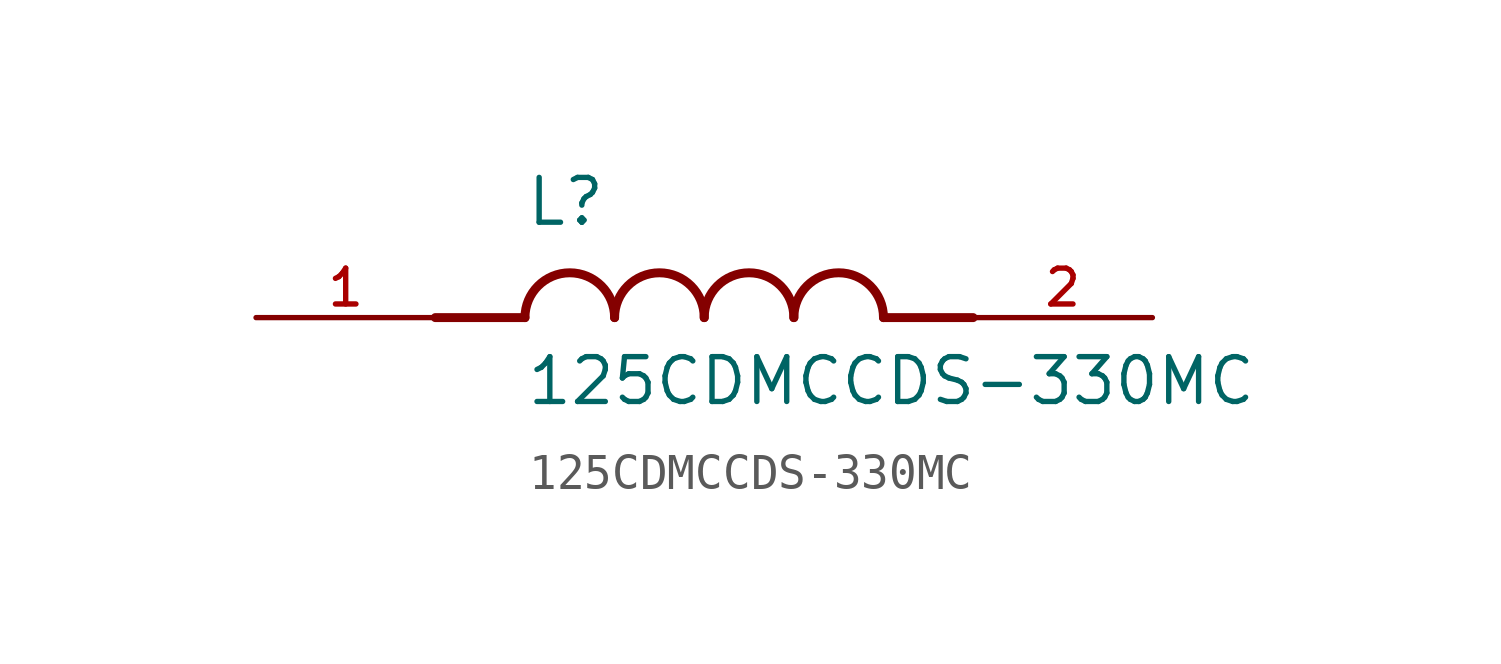
<source format=kicad_sym>
(kicad_symbol_lib
  (version 20211014)
  (generator kicad_symbol_editor)
  (symbol "125CDMCCDS-330MC"
    (pin_names
      (offset 1.016))
    (property "Reference" "L"
      (at -5.08 2.54 0)
      (effects (font (size 1.27 1.27)) (justify bottom left)))
    (property "Value" "125CDMCCDS-330MC"
      (at -5.08 -2.54 0)
      (effects (font (size 1.27 1.27)) (justify bottom left)))
    (symbol "125CDMCCDS-330MC_0_0"
      (polyline (pts (xy -5.08 0.0) (xy -7.62 0.0)) (stroke (width 0.254)))
      (polyline (pts (xy 5.08 0.0) (xy 7.62 0.0)) (stroke (width 0.254)))
      (arc (start -2.54 0.0) (mid -3.81 1.27) (end -5.08 0.0) (stroke (width 0.254) (type default) (color 0 0 0 0)) (fill (type none)))
      (arc (start 0.0 0.0) (mid -1.27 1.27) (end -2.54 0.0) (stroke (width 0.254) (type default) (color 0 0 0 0)) (fill (type none)))
      (arc (start 2.54 0.0) (mid 1.27 1.27) (end 0.0 0.0) (stroke (width 0.254) (type default) (color 0 0 0 0)) (fill (type none)))
      (arc (start 5.08 0.0) (mid 3.81 1.27) (end 2.54 0.0) (stroke (width 0.254) (type default) (color 0 0 0 0)) (fill (type none)))
      (pin passive line (at -12.7 0.0 0) (length 5.08) (name "~" (effects (font (size 1.016 1.016)))) (number "1" (effects (font (size 1.016 1.016)))))
      (pin passive line (at 12.7 0.0 180.0) (length 5.08) (name "~" (effects (font (size 1.016 1.016)))) (number "2" (effects (font (size 1.016 1.016))))))))
</source>
